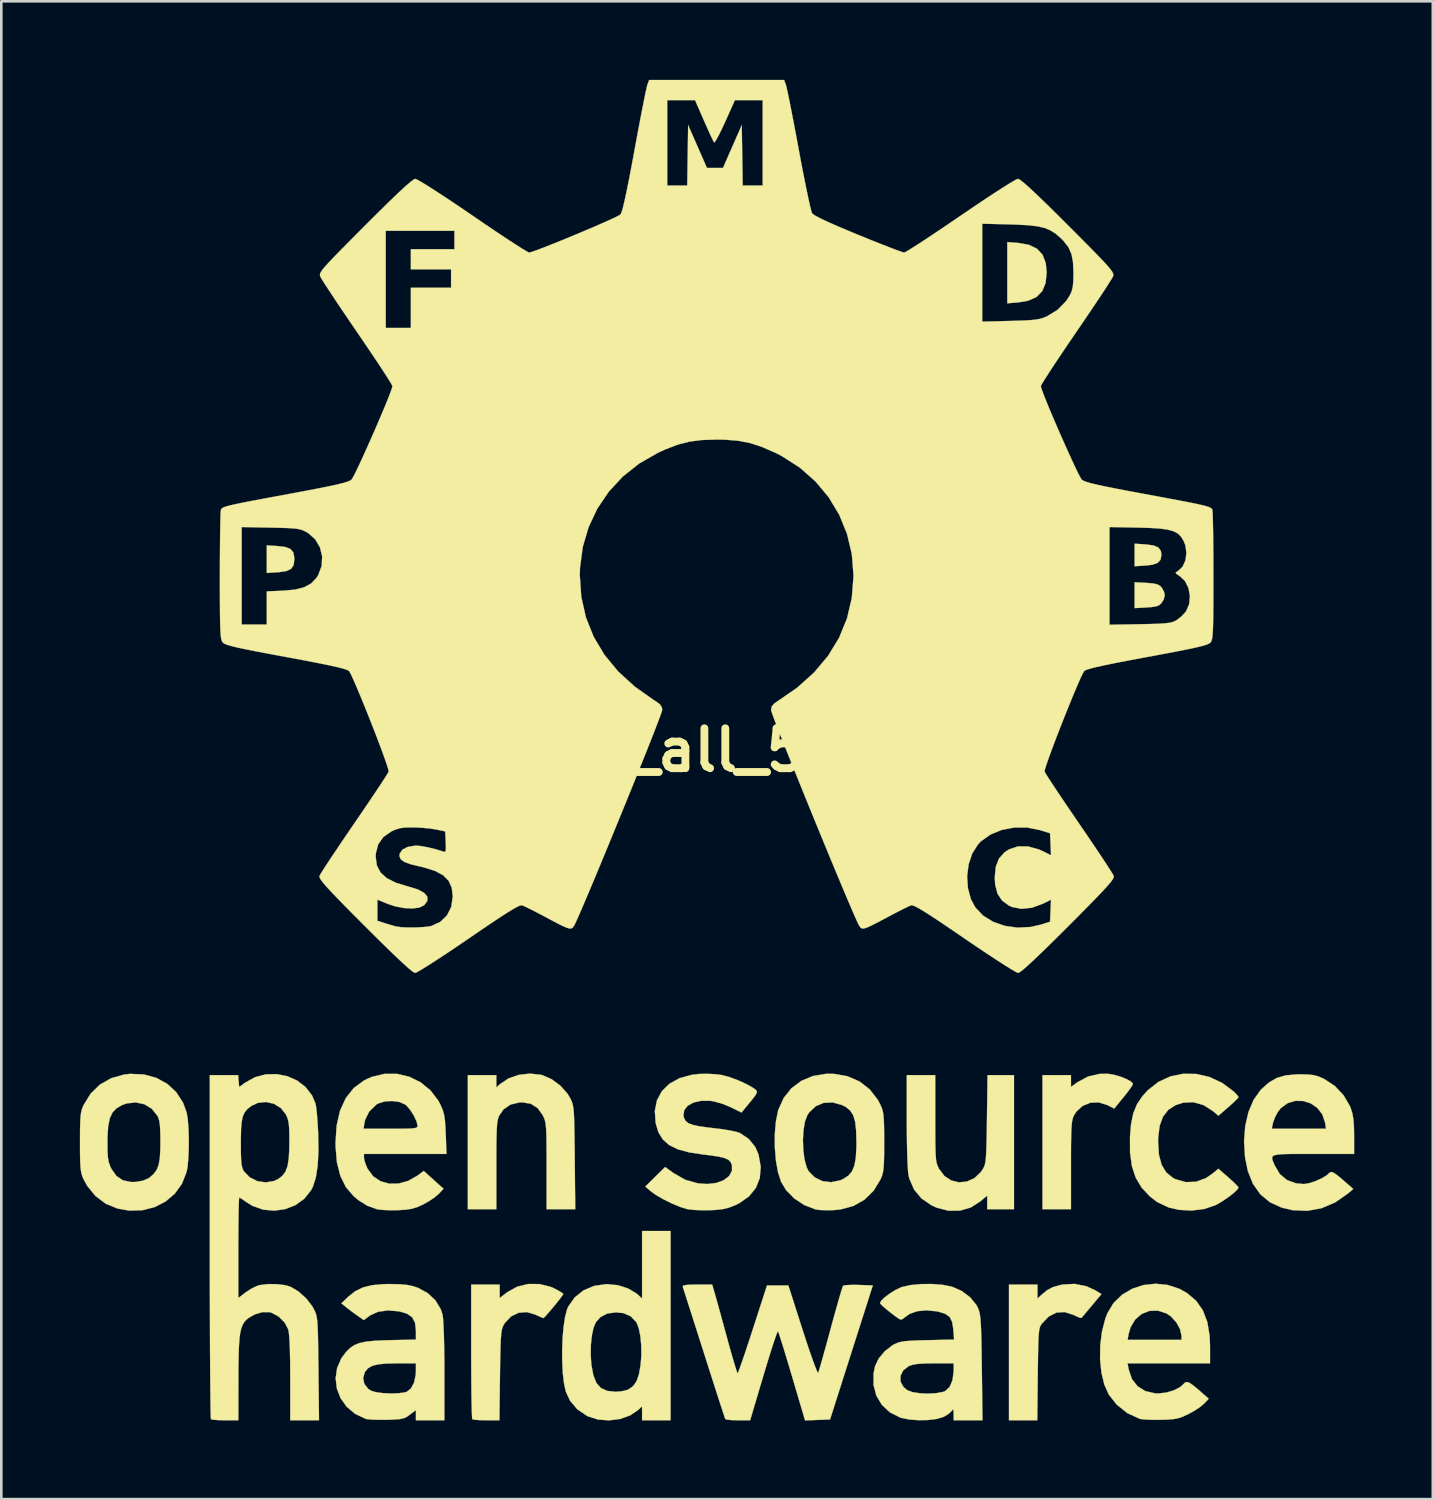
<source format=kicad_pcb>
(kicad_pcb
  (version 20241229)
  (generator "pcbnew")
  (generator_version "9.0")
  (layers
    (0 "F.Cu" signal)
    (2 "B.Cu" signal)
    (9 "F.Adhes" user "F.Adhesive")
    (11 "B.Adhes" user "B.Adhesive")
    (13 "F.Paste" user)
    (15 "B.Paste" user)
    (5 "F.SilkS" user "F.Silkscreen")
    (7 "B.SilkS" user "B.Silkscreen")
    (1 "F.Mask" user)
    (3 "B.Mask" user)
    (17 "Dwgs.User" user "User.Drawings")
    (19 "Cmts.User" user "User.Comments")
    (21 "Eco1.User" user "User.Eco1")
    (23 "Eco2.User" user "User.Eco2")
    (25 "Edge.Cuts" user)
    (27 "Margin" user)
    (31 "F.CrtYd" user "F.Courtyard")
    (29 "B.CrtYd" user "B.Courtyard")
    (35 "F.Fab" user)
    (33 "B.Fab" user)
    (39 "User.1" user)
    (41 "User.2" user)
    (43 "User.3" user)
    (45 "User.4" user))
  (footprint "oshw_all_50mm"
    (layer "F.Cu")
    (at 24.285 25.597)
    (property "Reference" "oshw_all_50mm" (at 0 0 0) (layer "F.SilkS") (effects (font (size 1.524 1.524) (thickness 0.3))))
    (attr through_hole)
    (fp_poly (pts (xy 16.419 -7.857) (xy 16.714 -7.818) (xy 16.901 -7.739) (xy 16.997 -7.607) (xy 17.019 -7.454) (xy 16.985 -7.272) (xy 16.874 -7.151) (xy 16.668 -7.079) (xy 16.419 -7.05) (xy 15.995 -7.023) (xy 15.995 -7.884) (xy 16.419 -7.857)) (stroke (width 0.01) (type solid)) (fill yes) (layer "F.SilkS"))
    (fp_poly (pts (xy -16.73 -7.794) (xy -16.431 -7.756) (xy -16.238 -7.679) (xy -16.132 -7.547) (xy -16.095 -7.345) (xy -16.094 -7.294) (xy -16.12 -7.076) (xy -16.21 -6.931) (xy -16.383 -6.843) (xy -16.659 -6.799) (xy -16.73 -6.793) (xy -17.147 -6.767) (xy -17.147 -7.82) (xy -16.73 -7.794)) (stroke (width 0.01) (type solid)) (fill yes) (layer "F.SilkS"))
    (fp_poly (pts (xy 11.545 -19.37) (xy 11.957 -19.297) (xy 12.267 -19.148) (xy 12.48 -18.918) (xy 12.601 -18.602) (xy 12.636 -18.234) (xy 12.594 -17.835) (xy 12.465 -17.527) (xy 12.244 -17.304) (xy 11.925 -17.162) (xy 11.545 -17.098) (xy 11.132 -17.065) (xy 11.132 -19.403) (xy 11.545 -19.37)) (stroke (width 0.01) (type solid)) (fill yes) (layer "F.SilkS"))
    (fp_poly (pts (xy 16.451 -6.387) (xy 16.704 -6.366) (xy 16.865 -6.331) (xy 16.97 -6.272) (xy 17.026 -6.212) (xy 17.115 -6.054) (xy 17.147 -5.918) (xy 17.107 -5.761) (xy 17.026 -5.624) (xy 16.94 -5.542) (xy 16.821 -5.492) (xy 16.634 -5.463) (xy 16.451 -5.45) (xy 15.995 -5.424) (xy 15.995 -6.412) (xy 16.451 -6.387)) (stroke (width 0.01) (type solid)) (fill yes) (layer "F.SilkS"))
    (fp_poly (pts (xy 15.21 12.397) (xy 15.446 12.466) (xy 15.666 12.552) (xy 15.837 12.643) (xy 15.925 12.726) (xy 15.931 12.747) (xy 15.893 12.823) (xy 15.791 12.971) (xy 15.644 13.164) (xy 15.573 13.251) (xy 15.215 13.688) (xy 14.954 13.555) (xy 14.627 13.452) (xy 14.304 13.464) (xy 14.009 13.584) (xy 13.769 13.803) (xy 13.676 13.952) (xy 13.641 14.033) (xy 13.615 14.134) (xy 13.595 14.272) (xy 13.581 14.463) (xy 13.572 14.723) (xy 13.566 15.068) (xy 13.564 15.515) (xy 13.564 15.851) (xy 13.564 17.53) (xy 12.476 17.53) (xy 12.476 12.412) (xy 13.564 12.412) (xy 13.564 12.861) (xy 13.817 12.678) (xy 14.217 12.464) (xy 14.666 12.362) (xy 14.99 12.36) (xy 15.21 12.397)) (stroke (width 0.01) (type solid)) (fill yes) (layer "F.SilkS"))
    (fp_poly (pts (xy 14.148 20.471) (xy 14.483 20.624) (xy 14.727 20.772) (xy 14.358 21.215) (xy 14.192 21.413) (xy 14.059 21.572) (xy 13.98 21.668) (xy 13.967 21.684) (xy 13.904 21.674) (xy 13.764 21.617) (xy 13.653 21.565) (xy 13.323 21.459) (xy 13.012 21.478) (xy 12.722 21.624) (xy 12.457 21.894) (xy 12.448 21.906) (xy 12.409 21.964) (xy 12.378 22.034) (xy 12.354 22.13) (xy 12.336 22.268) (xy 12.323 22.464) (xy 12.314 22.733) (xy 12.306 23.09) (xy 12.3 23.552) (xy 12.296 23.837) (xy 12.277 25.592) (xy 11.196 25.592) (xy 11.196 20.41) (xy 12.284 20.41) (xy 12.284 20.945) (xy 12.46 20.781) (xy 12.664 20.615) (xy 12.877 20.506) (xy 13.151 20.428) (xy 13.258 20.407) (xy 13.704 20.383) (xy 14.148 20.471)) (stroke (width 0.01) (type solid)) (fill yes) (layer "F.SilkS"))
    (fp_poly (pts (xy 8.381 14.066) (xy 8.382 14.57) (xy 8.384 14.963) (xy 8.389 15.263) (xy 8.398 15.486) (xy 8.413 15.649) (xy 8.435 15.77) (xy 8.465 15.865) (xy 8.505 15.951) (xy 8.527 15.994) (xy 8.732 16.264) (xy 8.993 16.434) (xy 9.287 16.505) (xy 9.588 16.475) (xy 9.873 16.347) (xy 10.118 16.118) (xy 10.201 15.995) (xy 10.241 15.919) (xy 10.273 15.832) (xy 10.297 15.719) (xy 10.315 15.563) (xy 10.328 15.347) (xy 10.338 15.055) (xy 10.346 14.67) (xy 10.354 14.177) (xy 10.355 14.092) (xy 10.377 12.412) (xy 11.388 12.412) (xy 11.388 17.53) (xy 10.365 17.53) (xy 10.365 17.009) (xy 10.109 17.227) (xy 9.741 17.463) (xy 9.329 17.584) (xy 8.892 17.589) (xy 8.447 17.477) (xy 8.243 17.385) (xy 7.856 17.121) (xy 7.572 16.781) (xy 7.392 16.366) (xy 7.363 16.249) (xy 7.343 16.088) (xy 7.325 15.816) (xy 7.311 15.451) (xy 7.301 15.012) (xy 7.295 14.514) (xy 7.294 14.168) (xy 7.294 12.412) (xy 8.381 12.412) (xy 8.381 14.066)) (stroke (width 0.01) (type solid)) (fill yes) (layer "F.SilkS"))
    (fp_poly (pts (xy -6.728 20.389) (xy -6.298 20.498) (xy -6.158 20.561) (xy -5.979 20.658) (xy -5.857 20.734) (xy -5.822 20.767) (xy -5.86 20.83) (xy -5.959 20.961) (xy -6.096 21.134) (xy -6.248 21.319) (xy -6.395 21.492) (xy -6.512 21.623) (xy -6.577 21.687) (xy -6.582 21.689) (xy -6.653 21.664) (xy -6.799 21.599) (xy -6.889 21.556) (xy -7.217 21.46) (xy -7.533 21.486) (xy -7.819 21.626) (xy -8.053 21.872) (xy -8.111 21.967) (xy -8.145 22.043) (xy -8.172 22.145) (xy -8.193 22.288) (xy -8.209 22.487) (xy -8.221 22.758) (xy -8.23 23.118) (xy -8.238 23.581) (xy -8.242 23.88) (xy -8.263 25.592) (xy -8.759 25.592) (xy -9 25.587) (xy -9.189 25.573) (xy -9.291 25.554) (xy -9.298 25.549) (xy -9.308 25.478) (xy -9.316 25.293) (xy -9.324 25.007) (xy -9.331 24.635) (xy -9.336 24.191) (xy -9.339 23.688) (xy -9.341 23.14) (xy -9.341 22.958) (xy -9.341 20.41) (xy -8.253 20.41) (xy -8.253 20.921) (xy -7.964 20.7) (xy -7.591 20.492) (xy -7.169 20.387) (xy -6.728 20.389)) (stroke (width 0.01) (type solid)) (fill yes) (layer "F.SilkS"))
    (fp_poly (pts (xy -6.688 12.396) (xy -6.616 12.414) (xy -6.266 12.568) (xy -5.936 12.813) (xy -5.667 13.115) (xy -5.566 13.281) (xy -5.521 13.372) (xy -5.485 13.459) (xy -5.458 13.558) (xy -5.437 13.683) (xy -5.421 13.85) (xy -5.41 14.076) (xy -5.402 14.374) (xy -5.396 14.762) (xy -5.39 15.253) (xy -5.387 15.563) (xy -5.367 17.53) (xy -6.462 17.53) (xy -6.462 15.881) (xy -6.462 15.376) (xy -6.465 14.983) (xy -6.47 14.683) (xy -6.48 14.459) (xy -6.495 14.295) (xy -6.517 14.172) (xy -6.547 14.074) (xy -6.587 13.984) (xy -6.606 13.945) (xy -6.802 13.67) (xy -7.06 13.505) (xy -7.385 13.45) (xy -7.506 13.455) (xy -7.845 13.536) (xy -8.105 13.717) (xy -8.269 13.952) (xy -8.304 14.033) (xy -8.33 14.134) (xy -8.35 14.272) (xy -8.364 14.463) (xy -8.373 14.723) (xy -8.379 15.068) (xy -8.381 15.515) (xy -8.381 15.851) (xy -8.381 17.53) (xy -9.469 17.53) (xy -9.469 12.412) (xy -8.381 12.412) (xy -8.381 12.882) (xy -8.237 12.751) (xy -7.918 12.538) (xy -7.528 12.402) (xy -7.105 12.352) (xy -6.688 12.396)) (stroke (width 0.01) (type solid)) (fill yes) (layer "F.SilkS"))
    (fp_poly (pts (xy 18.351 12.366) (xy 18.852 12.481) (xy 19.333 12.705) (xy 19.779 13.036) (xy 19.786 13.042) (xy 19.9 13.159) (xy 19.96 13.24) (xy 19.962 13.249) (xy 19.917 13.31) (xy 19.797 13.43) (xy 19.626 13.585) (xy 19.578 13.627) (xy 19.195 13.96) (xy 18.986 13.784) (xy 18.627 13.554) (xy 18.245 13.446) (xy 17.854 13.461) (xy 17.556 13.558) (xy 17.276 13.739) (xy 17.076 14) (xy 16.95 14.348) (xy 16.894 14.794) (xy 16.891 14.971) (xy 16.923 15.453) (xy 17.025 15.834) (xy 17.199 16.123) (xy 17.451 16.331) (xy 17.556 16.385) (xy 17.945 16.496) (xy 18.336 16.483) (xy 18.713 16.346) (xy 18.985 16.16) (xy 19.192 15.985) (xy 19.577 16.319) (xy 19.757 16.482) (xy 19.892 16.615) (xy 19.959 16.694) (xy 19.962 16.703) (xy 19.911 16.786) (xy 19.777 16.912) (xy 19.589 17.06) (xy 19.373 17.209) (xy 19.157 17.338) (xy 19.068 17.383) (xy 18.647 17.524) (xy 18.171 17.582) (xy 17.683 17.555) (xy 17.297 17.466) (xy 16.861 17.26) (xy 16.574 17.041) (xy 16.262 16.705) (xy 16.036 16.326) (xy 15.891 15.888) (xy 15.82 15.372) (xy 15.817 14.775) (xy 15.859 14.273) (xy 15.945 13.866) (xy 16.084 13.524) (xy 16.289 13.218) (xy 16.501 12.985) (xy 16.906 12.667) (xy 17.361 12.458) (xy 17.849 12.358) (xy 18.351 12.366)) (stroke (width 0.01) (type solid)) (fill yes) (layer "F.SilkS"))
    (fp_poly (pts (xy -1.727 25.592) (xy -2.815 25.592) (xy -2.815 25.058) (xy -2.959 25.193) (xy -3.273 25.406) (xy -3.657 25.542) (xy -4.077 25.595) (xy -4.498 25.563) (xy -4.886 25.44) (xy -4.914 25.426) (xy -5.287 25.174) (xy -5.567 24.842) (xy -5.723 24.506) (xy -5.793 24.203) (xy -5.84 23.817) (xy -5.864 23.378) (xy -5.866 23.111) (xy -4.777 23.111) (xy -4.749 23.484) (xy -4.673 23.884) (xy -4.555 24.173) (xy -4.382 24.364) (xy -4.142 24.47) (xy -3.825 24.503) (xy -3.82 24.503) (xy -3.593 24.484) (xy -3.389 24.435) (xy -3.333 24.412) (xy -3.155 24.284) (xy -3.026 24.1) (xy -2.935 23.834) (xy -2.872 23.481) (xy -2.842 23.114) (xy -2.847 22.734) (xy -2.881 22.376) (xy -2.942 22.073) (xy -3.027 21.859) (xy -3.034 21.847) (xy -3.245 21.623) (xy -3.522 21.5) (xy -3.807 21.47) (xy -4.149 21.515) (xy -4.412 21.657) (xy -4.58 21.848) (xy -4.669 22.059) (xy -4.734 22.362) (xy -4.771 22.724) (xy -4.777 23.111) (xy -5.866 23.111) (xy -5.867 22.912) (xy -5.85 22.449) (xy -5.812 22.016) (xy -5.755 21.641) (xy -5.679 21.353) (xy -5.639 21.258) (xy -5.387 20.899) (xy -5.051 20.63) (xy -4.643 20.458) (xy -4.178 20.392) (xy -4.159 20.391) (xy -3.741 20.433) (xy -3.349 20.558) (xy -3.023 20.753) (xy -2.96 20.808) (xy -2.815 20.944) (xy -2.815 18.362) (xy -1.727 18.362) (xy -1.727 25.592)) (stroke (width 0.01) (type solid)) (fill yes) (layer "F.SilkS"))
    (fp_poly (pts (xy 17.259 20.425) (xy 17.711 20.574) (xy 17.99 20.729) (xy 18.34 21.024) (xy 18.599 21.39) (xy 18.77 21.835) (xy 18.859 22.368) (xy 18.874 22.746) (xy 18.874 23.417) (xy 15.725 23.417) (xy 15.769 23.657) (xy 15.893 24.018) (xy 16.109 24.295) (xy 16.408 24.479) (xy 16.78 24.563) (xy 16.904 24.567) (xy 17.206 24.533) (xy 17.498 24.446) (xy 17.737 24.321) (xy 17.842 24.227) (xy 17.913 24.155) (xy 17.986 24.129) (xy 18.081 24.157) (xy 18.219 24.249) (xy 18.418 24.413) (xy 18.592 24.565) (xy 18.825 24.769) (xy 18.642 24.96) (xy 18.489 25.088) (xy 18.268 25.233) (xy 18.045 25.356) (xy 17.836 25.452) (xy 17.657 25.514) (xy 17.466 25.549) (xy 17.22 25.567) (xy 16.988 25.573) (xy 16.697 25.574) (xy 16.438 25.565) (xy 16.25 25.548) (xy 16.187 25.535) (xy 15.716 25.317) (xy 15.312 24.995) (xy 15.01 24.612) (xy 14.84 24.238) (xy 14.728 23.78) (xy 14.675 23.268) (xy 14.681 22.733) (xy 14.708 22.521) (xy 15.725 22.521) (xy 17.786 22.521) (xy 17.786 22.375) (xy 17.732 22.116) (xy 17.587 21.852) (xy 17.381 21.625) (xy 17.211 21.51) (xy 16.88 21.404) (xy 16.558 21.414) (xy 16.264 21.53) (xy 16.018 21.741) (xy 15.841 22.036) (xy 15.769 22.281) (xy 15.725 22.521) (xy 14.708 22.521) (xy 14.748 22.204) (xy 14.875 21.712) (xy 14.958 21.497) (xy 15.193 21.109) (xy 15.514 20.798) (xy 15.901 20.569) (xy 16.334 20.427) (xy 16.794 20.377) (xy 17.259 20.425)) (stroke (width 0.01) (type solid)) (fill yes) (layer "F.SilkS"))
    (fp_poly (pts (xy 4.514 12.362) (xy 5.033 12.454) (xy 5.492 12.654) (xy 5.88 12.956) (xy 6.187 13.353) (xy 6.293 13.556) (xy 6.343 13.676) (xy 6.38 13.8) (xy 6.404 13.951) (xy 6.419 14.153) (xy 6.427 14.428) (xy 6.43 14.799) (xy 6.43 14.971) (xy 6.429 15.385) (xy 6.423 15.694) (xy 6.411 15.921) (xy 6.39 16.089) (xy 6.359 16.221) (xy 6.314 16.34) (xy 6.293 16.387) (xy 6.026 16.826) (xy 5.678 17.167) (xy 5.255 17.406) (xy 4.762 17.54) (xy 4.498 17.566) (xy 4.23 17.571) (xy 3.987 17.562) (xy 3.819 17.542) (xy 3.807 17.539) (xy 3.38 17.373) (xy 2.997 17.12) (xy 2.687 16.805) (xy 2.493 16.484) (xy 2.377 16.125) (xy 2.297 15.679) (xy 2.255 15.186) (xy 2.254 14.877) (xy 3.328 14.877) (xy 3.341 15.261) (xy 3.387 15.62) (xy 3.465 15.917) (xy 3.54 16.072) (xy 3.774 16.314) (xy 4.07 16.458) (xy 4.403 16.499) (xy 4.746 16.43) (xy 4.87 16.375) (xy 5.061 16.25) (xy 5.2 16.087) (xy 5.293 15.865) (xy 5.347 15.565) (xy 5.37 15.167) (xy 5.371 14.971) (xy 5.36 14.529) (xy 5.322 14.193) (xy 5.248 13.944) (xy 5.132 13.762) (xy 4.966 13.627) (xy 4.823 13.554) (xy 4.461 13.453) (xy 4.119 13.469) (xy 3.815 13.598) (xy 3.566 13.834) (xy 3.497 13.939) (xy 3.406 14.179) (xy 3.35 14.504) (xy 3.328 14.877) (xy 2.254 14.877) (xy 2.253 14.681) (xy 2.292 14.204) (xy 2.373 13.79) (xy 2.39 13.733) (xy 2.593 13.283) (xy 2.888 12.912) (xy 3.266 12.63) (xy 3.712 12.443) (xy 4.214 12.36) (xy 4.514 12.362)) (stroke (width 0.01) (type solid)) (fill yes) (layer "F.SilkS"))
    (fp_poly (pts (xy -12.172 12.362) (xy -11.703 12.473) (xy -11.271 12.686) (xy -10.896 12.993) (xy -10.596 13.386) (xy -10.503 13.564) (xy -10.428 13.743) (xy -10.377 13.922) (xy -10.344 14.136) (xy -10.323 14.419) (xy -10.312 14.667) (xy -10.285 15.419) (xy -13.436 15.419) (xy -13.436 15.566) (xy -13.407 15.709) (xy -13.335 15.903) (xy -13.292 15.995) (xy -13.084 16.275) (xy -12.805 16.462) (xy -12.476 16.555) (xy -12.115 16.551) (xy -11.744 16.448) (xy -11.383 16.243) (xy -11.355 16.222) (xy -11.154 16.069) (xy -10.397 16.75) (xy -10.588 16.952) (xy -10.749 17.087) (xy -10.974 17.237) (xy -11.178 17.35) (xy -11.411 17.454) (xy -11.623 17.518) (xy -11.867 17.552) (xy -12.138 17.568) (xy -12.428 17.571) (xy -12.699 17.56) (xy -12.903 17.537) (xy -12.942 17.529) (xy -13.307 17.399) (xy -13.639 17.193) (xy -13.828 17.035) (xy -14.123 16.691) (xy -14.336 16.264) (xy -14.468 15.747) (xy -14.521 15.134) (xy -14.523 14.993) (xy -14.487 14.459) (xy -13.453 14.459) (xy -12.42 14.459) (xy -12.035 14.458) (xy -11.759 14.454) (xy -11.574 14.444) (xy -11.463 14.427) (xy -11.408 14.4) (xy -11.389 14.362) (xy -11.388 14.345) (xy -11.428 14.174) (xy -11.53 13.957) (xy -11.667 13.741) (xy -11.813 13.572) (xy -11.857 13.535) (xy -12.079 13.437) (xy -12.361 13.398) (xy -12.651 13.417) (xy -12.897 13.495) (xy -12.963 13.536) (xy -13.235 13.8) (xy -13.387 14.104) (xy -13.414 14.221) (xy -13.453 14.459) (xy -14.487 14.459) (xy -14.478 14.33) (xy -14.347 13.759) (xy -14.128 13.283) (xy -13.822 12.9) (xy -13.429 12.611) (xy -13.143 12.479) (xy -12.658 12.362) (xy -12.172 12.362)) (stroke (width 0.01) (type solid)) (fill yes) (layer "F.SilkS"))
    (fp_poly (pts (xy -21.841 12.385) (xy -21.363 12.515) (xy -20.946 12.745) (xy -20.601 13.065) (xy -20.343 13.466) (xy -20.208 13.838) (xy -20.165 14.089) (xy -20.138 14.43) (xy -20.125 14.822) (xy -20.127 15.229) (xy -20.144 15.611) (xy -20.175 15.931) (xy -20.208 16.105) (xy -20.385 16.555) (xy -20.658 16.935) (xy -21.012 17.237) (xy -21.43 17.451) (xy -21.897 17.57) (xy -22.397 17.585) (xy -22.844 17.507) (xy -23.297 17.321) (xy -23.689 17.027) (xy -24.005 16.64) (xy -24.146 16.382) (xy -24.195 16.263) (xy -24.231 16.139) (xy -24.255 15.986) (xy -24.27 15.781) (xy -24.278 15.502) (xy -24.28 15.126) (xy -24.28 14.979) (xy -23.232 14.979) (xy -23.229 15.309) (xy -23.215 15.545) (xy -23.186 15.721) (xy -23.136 15.869) (xy -23.085 15.981) (xy -22.891 16.26) (xy -22.642 16.428) (xy -22.324 16.493) (xy -22.15 16.489) (xy -21.871 16.44) (xy -21.657 16.347) (xy -21.639 16.335) (xy -21.471 16.191) (xy -21.353 16.032) (xy -21.275 15.834) (xy -21.231 15.572) (xy -21.212 15.221) (xy -21.209 14.971) (xy -21.213 14.608) (xy -21.226 14.346) (xy -21.252 14.161) (xy -21.292 14.027) (xy -21.32 13.969) (xy -21.536 13.697) (xy -21.819 13.523) (xy -22.149 13.452) (xy -22.5 13.492) (xy -22.674 13.554) (xy -22.884 13.675) (xy -23.037 13.835) (xy -23.141 14.055) (xy -23.203 14.354) (xy -23.23 14.75) (xy -23.232 14.979) (xy -24.28 14.979) (xy -24.28 14.971) (xy -24.279 14.557) (xy -24.273 14.248) (xy -24.261 14.021) (xy -24.241 13.853) (xy -24.209 13.721) (xy -24.165 13.603) (xy -24.144 13.556) (xy -23.875 13.119) (xy -23.522 12.774) (xy -23.093 12.529) (xy -22.599 12.389) (xy -22.364 12.362) (xy -21.841 12.385)) (stroke (width 0.01) (type solid)) (fill yes) (layer "F.SilkS"))
    (fp_poly (pts (xy 22.597 12.386) (xy 22.815 12.407) (xy 22.996 12.454) (xy 23.188 12.535) (xy 23.238 12.56) (xy 23.638 12.823) (xy 23.973 13.177) (xy 24.215 13.591) (xy 24.246 13.669) (xy 24.311 13.876) (xy 24.351 14.104) (xy 24.371 14.389) (xy 24.376 14.718) (xy 24.376 15.419) (xy 22.809 15.419) (xy 22.306 15.419) (xy 21.917 15.421) (xy 21.631 15.429) (xy 21.434 15.447) (xy 21.312 15.478) (xy 21.254 15.527) (xy 21.245 15.597) (xy 21.273 15.693) (xy 21.326 15.817) (xy 21.341 15.853) (xy 21.539 16.187) (xy 21.812 16.417) (xy 22.16 16.543) (xy 22.457 16.57) (xy 22.66 16.538) (xy 22.907 16.457) (xy 23.151 16.346) (xy 23.343 16.227) (xy 23.408 16.166) (xy 23.463 16.117) (xy 23.53 16.111) (xy 23.629 16.159) (xy 23.778 16.269) (xy 23.995 16.453) (xy 24.088 16.534) (xy 24.344 16.757) (xy 24.152 16.922) (xy 23.663 17.266) (xy 23.14 17.49) (xy 22.593 17.592) (xy 22.032 17.569) (xy 21.608 17.47) (xy 21.16 17.264) (xy 20.796 16.962) (xy 20.514 16.563) (xy 20.316 16.067) (xy 20.21 15.54) (xy 20.173 14.932) (xy 20.211 14.459) (xy 21.231 14.459) (xy 23.305 14.459) (xy 23.267 14.221) (xy 23.16 13.906) (xy 22.969 13.66) (xy 22.718 13.489) (xy 22.431 13.398) (xy 22.131 13.393) (xy 21.842 13.478) (xy 21.589 13.659) (xy 21.465 13.814) (xy 21.358 14.015) (xy 21.282 14.218) (xy 21.274 14.252) (xy 21.231 14.459) (xy 20.211 14.459) (xy 20.219 14.352) (xy 20.342 13.82) (xy 20.538 13.358) (xy 20.801 12.985) (xy 20.831 12.953) (xy 21.126 12.691) (xy 21.426 12.517) (xy 21.768 12.419) (xy 22.186 12.382) (xy 22.297 12.38) (xy 22.597 12.386)) (stroke (width 0.01) (type solid)) (fill yes) (layer "F.SilkS"))
    (fp_poly (pts (xy -12.054 20.398) (xy -11.782 20.423) (xy -11.557 20.472) (xy -11.374 20.533) (xy -11.004 20.734) (xy -10.706 21.014) (xy -10.502 21.352) (xy -10.433 21.568) (xy -10.414 21.724) (xy -10.397 21.991) (xy -10.383 22.352) (xy -10.373 22.79) (xy -10.366 23.287) (xy -10.365 23.74) (xy -10.365 25.592) (xy -11.452 25.592) (xy -11.452 25.202) (xy -11.686 25.379) (xy -11.803 25.462) (xy -11.918 25.515) (xy -12.062 25.546) (xy -12.27 25.563) (xy -12.565 25.573) (xy -12.858 25.574) (xy -13.118 25.566) (xy -13.307 25.549) (xy -13.372 25.536) (xy -13.773 25.346) (xy -14.093 25.078) (xy -14.328 24.749) (xy -14.471 24.379) (xy -14.517 23.988) (xy -14.516 23.975) (xy -13.468 23.975) (xy -13.423 24.2) (xy -13.277 24.389) (xy -13.161 24.464) (xy -12.975 24.519) (xy -12.708 24.554) (xy -12.406 24.568) (xy -12.114 24.559) (xy -11.877 24.526) (xy -11.805 24.505) (xy -11.644 24.379) (xy -11.525 24.157) (xy -11.46 23.864) (xy -11.452 23.707) (xy -11.452 23.417) (xy -12.168 23.417) (xy -12.586 23.426) (xy -12.898 23.456) (xy -13.123 23.514) (xy -13.28 23.604) (xy -13.39 23.732) (xy -13.4 23.748) (xy -13.468 23.975) (xy -14.516 23.975) (xy -14.461 23.595) (xy -14.296 23.219) (xy -14.116 22.979) (xy -13.964 22.83) (xy -13.8 22.719) (xy -13.604 22.64) (xy -13.352 22.587) (xy -13.023 22.554) (xy -12.594 22.536) (xy -12.46 22.532) (xy -11.452 22.51) (xy -11.452 22.167) (xy -11.486 21.866) (xy -11.597 21.655) (xy -11.8 21.515) (xy -12.092 21.432) (xy -12.522 21.395) (xy -12.902 21.449) (xy -13.21 21.591) (xy -13.232 21.607) (xy -13.443 21.765) (xy -13.679 21.6) (xy -13.879 21.455) (xy -14.074 21.307) (xy -14.108 21.28) (xy -14.299 21.125) (xy -14.032 20.87) (xy -13.771 20.663) (xy -13.477 20.519) (xy -13.124 20.432) (xy -12.689 20.392) (xy -12.412 20.389) (xy -12.054 20.398)) (stroke (width 0.01) (type solid)) (fill yes) (layer "F.SilkS"))
    (fp_poly (pts (xy -0.016 12.375) (xy 0.222 12.405) (xy 0.506 12.48) (xy 0.828 12.598) (xy 1.142 12.738) (xy 1.401 12.882) (xy 1.497 12.95) (xy 1.55 12.996) (xy 1.572 13.044) (xy 1.554 13.111) (xy 1.486 13.218) (xy 1.357 13.383) (xy 1.157 13.626) (xy 1.135 13.653) (xy 0.982 13.839) (xy 0.566 13.634) (xy 0.242 13.501) (xy -0.081 13.412) (xy -0.213 13.391) (xy -0.558 13.391) (xy -0.85 13.457) (xy -1.071 13.579) (xy -1.205 13.747) (xy -1.236 13.95) (xy -1.21 14.056) (xy -1.149 14.164) (xy -1.041 14.248) (xy -0.87 14.314) (xy -0.616 14.367) (xy -0.26 14.415) (xy -0.081 14.435) (xy 0.244 14.475) (xy 0.542 14.524) (xy 0.78 14.575) (xy 0.917 14.619) (xy 1.254 14.844) (xy 1.506 15.152) (xy 1.631 15.438) (xy 1.716 15.909) (xy 1.681 16.338) (xy 1.53 16.718) (xy 1.266 17.043) (xy 0.892 17.304) (xy 0.758 17.37) (xy 0.514 17.467) (xy 0.281 17.526) (xy 0.007 17.558) (xy -0.221 17.569) (xy -0.521 17.571) (xy -0.81 17.56) (xy -1.036 17.537) (xy -1.084 17.529) (xy -1.349 17.448) (xy -1.669 17.316) (xy -1.998 17.154) (xy -2.29 16.985) (xy -2.481 16.847) (xy -2.691 16.667) (xy -2.314 16.293) (xy -1.936 15.919) (xy -1.607 16.156) (xy -1.159 16.41) (xy -0.684 16.543) (xy -0.326 16.568) (xy 0.021 16.528) (xy 0.304 16.423) (xy 0.508 16.265) (xy 0.617 16.067) (xy 0.617 15.848) (xy 0.57 15.733) (xy 0.483 15.645) (xy 0.337 15.578) (xy 0.113 15.523) (xy -0.208 15.474) (xy -0.473 15.443) (xy -1.019 15.361) (xy -1.452 15.242) (xy -1.784 15.079) (xy -2.027 14.863) (xy -2.194 14.587) (xy -2.296 14.242) (xy -2.297 14.234) (xy -2.328 13.777) (xy -2.246 13.37) (xy -2.057 13.02) (xy -1.767 12.737) (xy -1.385 12.527) (xy -0.917 12.398) (xy -0.64 12.366) (xy -0.335 12.36) (xy -0.016 12.375)) (stroke (width 0.01) (type solid)) (fill yes) (layer "F.SilkS"))
    (fp_poly (pts (xy -0.043 20.733) (xy 0.002 20.891) (xy 0.074 21.149) (xy 0.166 21.483) (xy 0.273 21.871) (xy 0.387 22.288) (xy 0.425 22.428) (xy 0.534 22.825) (xy 0.634 23.177) (xy 0.72 23.467) (xy 0.785 23.676) (xy 0.825 23.787) (xy 0.834 23.801) (xy 0.862 23.742) (xy 0.923 23.577) (xy 1.013 23.322) (xy 1.126 22.991) (xy 1.256 22.6) (xy 1.398 22.166) (xy 1.412 22.121) (xy 1.955 20.442) (xy 2.771 20.442) (xy 3.319 22.152) (xy 3.461 22.59) (xy 3.593 22.981) (xy 3.709 23.311) (xy 3.803 23.564) (xy 3.871 23.728) (xy 3.907 23.786) (xy 3.91 23.784) (xy 3.937 23.703) (xy 3.993 23.515) (xy 4.072 23.239) (xy 4.169 22.891) (xy 4.28 22.489) (xy 4.384 22.105) (xy 4.502 21.672) (xy 4.612 21.279) (xy 4.707 20.944) (xy 4.784 20.683) (xy 4.837 20.514) (xy 4.861 20.455) (xy 4.942 20.434) (xy 5.117 20.422) (xy 5.356 20.42) (xy 5.451 20.423) (xy 5.996 20.442) (xy 4.363 25.56) (xy 3.886 25.578) (xy 3.409 25.597) (xy 2.912 23.915) (xy 2.78 23.472) (xy 2.659 23.07) (xy 2.552 22.724) (xy 2.466 22.451) (xy 2.406 22.268) (xy 2.376 22.19) (xy 2.375 22.189) (xy 2.347 22.236) (xy 2.289 22.391) (xy 2.205 22.638) (xy 2.1 22.964) (xy 1.979 23.353) (xy 1.847 23.789) (xy 1.823 23.868) (xy 1.312 25.591) (xy 0.852 25.591) (xy 0.622 25.586) (xy 0.449 25.569) (xy 0.365 25.546) (xy 0.363 25.544) (xy 0.338 25.474) (xy 0.279 25.296) (xy 0.189 25.022) (xy 0.074 24.666) (xy -0.063 24.24) (xy -0.218 23.758) (xy -0.385 23.234) (xy -0.449 23.033) (xy -0.621 22.494) (xy -0.781 21.993) (xy -0.925 21.541) (xy -1.049 21.153) (xy -1.149 20.842) (xy -1.22 20.621) (xy -1.258 20.504) (xy -1.263 20.49) (xy -1.245 20.45) (xy -1.144 20.425) (xy -0.944 20.412) (xy -0.715 20.41) (xy -0.138 20.41) (xy -0.043 20.733)) (stroke (width 0.01) (type solid)) (fill yes) (layer "F.SilkS"))
    (fp_poly (pts (xy 8.673 20.42) (xy 9.016 20.489) (xy 9.023 20.491) (xy 9.391 20.653) (xy 9.711 20.894) (xy 9.949 21.185) (xy 10.019 21.32) (xy 10.052 21.41) (xy 10.079 21.518) (xy 10.101 21.659) (xy 10.117 21.847) (xy 10.13 22.098) (xy 10.141 22.427) (xy 10.149 22.848) (xy 10.157 23.377) (xy 10.16 23.593) (xy 10.184 25.592) (xy 9.085 25.592) (xy 9.083 25.352) (xy 9.077 25.206) (xy 9.055 25.173) (xy 9.013 25.23) (xy 8.914 25.328) (xy 8.748 25.435) (xy 8.679 25.469) (xy 8.427 25.542) (xy 8.097 25.582) (xy 7.732 25.588) (xy 7.377 25.56) (xy 7.077 25.498) (xy 7.04 25.486) (xy 6.647 25.287) (xy 6.342 25.003) (xy 6.131 24.65) (xy 6.024 24.244) (xy 6.026 23.895) (xy 7.054 23.895) (xy 7.057 24.116) (xy 7.167 24.321) (xy 7.311 24.442) (xy 7.509 24.515) (xy 7.787 24.559) (xy 8.102 24.574) (xy 8.409 24.558) (xy 8.664 24.511) (xy 8.765 24.472) (xy 8.932 24.316) (xy 9.04 24.056) (xy 9.084 23.708) (xy 9.085 23.657) (xy 9.085 23.417) (xy 8.333 23.417) (xy 7.973 23.421) (xy 7.712 23.438) (xy 7.525 23.468) (xy 7.383 23.517) (xy 7.358 23.529) (xy 7.155 23.689) (xy 7.054 23.895) (xy 6.026 23.895) (xy 6.026 23.799) (xy 6.082 23.527) (xy 6.218 23.237) (xy 6.448 22.96) (xy 6.737 22.734) (xy 6.808 22.694) (xy 6.922 22.64) (xy 7.048 22.601) (xy 7.208 22.573) (xy 7.426 22.555) (xy 7.727 22.541) (xy 8.085 22.532) (xy 9.1 22.509) (xy 9.072 22.129) (xy 9.028 21.839) (xy 8.93 21.644) (xy 8.754 21.52) (xy 8.477 21.438) (xy 8.445 21.432) (xy 8.049 21.392) (xy 7.691 21.426) (xy 7.401 21.529) (xy 7.298 21.6) (xy 7.168 21.7) (xy 7.08 21.751) (xy 7.072 21.753) (xy 6.997 21.716) (xy 6.858 21.62) (xy 6.687 21.49) (xy 6.514 21.351) (xy 6.368 21.225) (xy 6.282 21.138) (xy 6.27 21.117) (xy 6.322 21.02) (xy 6.459 20.89) (xy 6.649 20.747) (xy 6.861 20.616) (xy 7.066 20.518) (xy 7.109 20.502) (xy 7.434 20.429) (xy 7.835 20.39) (xy 8.263 20.387) (xy 8.673 20.42)) (stroke (width 0.01) (type solid)) (fill yes) (layer "F.SilkS"))
    (fp_poly (pts (xy -16.363 12.452) (xy -15.988 12.618) (xy -15.666 12.865) (xy -15.419 13.186) (xy -15.288 13.493) (xy -15.261 13.64) (xy -15.233 13.885) (xy -15.208 14.197) (xy -15.188 14.544) (xy -15.183 14.651) (xy -15.174 15.319) (xy -15.204 15.872) (xy -15.273 16.319) (xy -15.384 16.667) (xy -15.451 16.8) (xy -15.714 17.131) (xy -16.053 17.375) (xy -16.442 17.528) (xy -16.861 17.587) (xy -17.285 17.548) (xy -17.691 17.405) (xy -17.954 17.241) (xy -18.092 17.142) (xy -18.185 17.087) (xy -18.198 17.083) (xy -18.207 17.144) (xy -18.215 17.318) (xy -18.222 17.588) (xy -18.228 17.939) (xy -18.232 18.356) (xy -18.234 18.823) (xy -18.234 19.002) (xy -18.234 20.921) (xy -17.945 20.7) (xy -17.735 20.564) (xy -17.52 20.461) (xy -17.417 20.429) (xy -17.096 20.39) (xy -16.75 20.393) (xy -16.433 20.434) (xy -16.242 20.491) (xy -15.936 20.672) (xy -15.644 20.935) (xy -15.408 21.24) (xy -15.343 21.357) (xy -15.301 21.446) (xy -15.268 21.535) (xy -15.242 21.64) (xy -15.222 21.776) (xy -15.208 21.959) (xy -15.197 22.204) (xy -15.189 22.526) (xy -15.182 22.941) (xy -15.176 23.464) (xy -15.174 23.625) (xy -15.153 25.592) (xy -16.251 25.592) (xy -16.251 23.984) (xy -16.254 23.381) (xy -16.264 22.887) (xy -16.281 22.507) (xy -16.304 22.245) (xy -16.326 22.125) (xy -16.464 21.859) (xy -16.688 21.634) (xy -16.956 21.487) (xy -17.057 21.46) (xy -17.323 21.463) (xy -17.61 21.549) (xy -17.865 21.697) (xy -17.995 21.826) (xy -18.063 21.935) (xy -18.117 22.068) (xy -18.159 22.241) (xy -18.189 22.468) (xy -18.21 22.766) (xy -18.223 23.149) (xy -18.23 23.634) (xy -18.231 24.072) (xy -18.234 25.592) (xy -18.735 25.592) (xy -18.978 25.587) (xy -19.168 25.573) (xy -19.271 25.554) (xy -19.279 25.549) (xy -19.285 25.481) (xy -19.291 25.293) (xy -19.296 24.994) (xy -19.301 24.593) (xy -19.306 24.098) (xy -19.31 23.518) (xy -19.314 22.861) (xy -19.317 22.135) (xy -19.319 21.351) (xy -19.321 20.515) (xy -19.322 19.637) (xy -19.322 18.959) (xy -19.322 15.006) (xy -18.138 15.006) (xy -18.136 15.378) (xy -18.127 15.646) (xy -18.109 15.833) (xy -18.08 15.963) (xy -18.037 16.058) (xy -18.023 16.081) (xy -17.799 16.313) (xy -17.51 16.458) (xy -17.19 16.507) (xy -16.872 16.454) (xy -16.711 16.377) (xy -16.55 16.254) (xy -16.433 16.096) (xy -16.354 15.884) (xy -16.308 15.596) (xy -16.287 15.212) (xy -16.284 14.971) (xy -16.286 14.62) (xy -16.297 14.367) (xy -16.32 14.185) (xy -16.358 14.044) (xy -16.415 13.916) (xy -16.415 13.916) (xy -16.61 13.667) (xy -16.875 13.504) (xy -17.178 13.436) (xy -17.488 13.47) (xy -17.729 13.582) (xy -17.878 13.696) (xy -17.987 13.822) (xy -18.061 13.98) (xy -18.106 14.194) (xy -18.13 14.486) (xy -18.138 14.877) (xy -18.138 15.006) (xy -19.322 15.006) (xy -19.322 12.412) (xy -18.242 12.412) (xy -18.202 12.866) (xy -17.984 12.705) (xy -17.602 12.492) (xy -17.19 12.382) (xy -16.77 12.371) (xy -16.363 12.452)) (stroke (width 0.01) (type solid)) (fill yes) (layer "F.SilkS"))
    (fp_poly (pts (xy 2.675 -25.416) (xy 2.702 -25.314) (xy 2.749 -25.101) (xy 2.812 -24.794) (xy 2.889 -24.406) (xy 2.976 -23.954) (xy 3.071 -23.454) (xy 3.167 -22.937) (xy 3.266 -22.405) (xy 3.362 -21.91) (xy 3.452 -21.465) (xy 3.531 -21.087) (xy 3.597 -20.79) (xy 3.648 -20.588) (xy 3.678 -20.499) (xy 3.773 -20.426) (xy 3.988 -20.31) (xy 4.323 -20.153) (xy 4.779 -19.954) (xy 5.356 -19.713) (xy 5.427 -19.683) (xy 5.863 -19.506) (xy 6.263 -19.346) (xy 6.613 -19.209) (xy 6.894 -19.102) (xy 7.092 -19.031) (xy 7.19 -19.002) (xy 7.194 -19.002) (xy 7.269 -19.037) (xy 7.436 -19.138) (xy 7.685 -19.295) (xy 8.003 -19.502) (xy 8.377 -19.751) (xy 8.797 -20.033) (xy 9.249 -20.341) (xy 9.35 -20.41) (xy 9.813 -20.725) (xy 10.245 -21.015) (xy 10.636 -21.273) (xy 10.972 -21.489) (xy 11.241 -21.657) (xy 11.432 -21.768) (xy 11.532 -21.816) (xy 11.54 -21.817) (xy 11.615 -21.781) (xy 11.757 -21.672) (xy 11.968 -21.486) (xy 12.254 -21.219) (xy 12.617 -20.869) (xy 13.061 -20.431) (xy 13.456 -20.037) (xy 13.904 -19.587) (xy 14.269 -19.219) (xy 14.559 -18.923) (xy 14.783 -18.69) (xy 14.948 -18.51) (xy 15.062 -18.376) (xy 15.134 -18.277) (xy 15.171 -18.205) (xy 15.182 -18.15) (xy 15.174 -18.103) (xy 15.169 -18.09) (xy 15.119 -18.001) (xy 15.005 -17.819) (xy 14.836 -17.557) (xy 14.619 -17.229) (xy 14.363 -16.848) (xy 14.077 -16.425) (xy 13.769 -15.974) (xy 13.759 -15.959) (xy 13.454 -15.511) (xy 13.173 -15.095) (xy 12.924 -14.721) (xy 12.716 -14.403) (xy 12.556 -14.152) (xy 12.452 -13.982) (xy 12.412 -13.903) (xy 12.412 -13.901) (xy 12.438 -13.803) (xy 12.509 -13.606) (xy 12.618 -13.331) (xy 12.756 -12.996) (xy 12.916 -12.619) (xy 13.089 -12.218) (xy 13.267 -11.813) (xy 13.441 -11.422) (xy 13.605 -11.064) (xy 13.749 -10.757) (xy 13.866 -10.519) (xy 13.947 -10.37) (xy 13.976 -10.33) (xy 14.038 -10.289) (xy 14.147 -10.246) (xy 14.314 -10.196) (xy 14.551 -10.139) (xy 14.87 -10.07) (xy 15.282 -9.988) (xy 15.799 -9.889) (xy 16.287 -9.798) (xy 16.93 -9.679) (xy 17.46 -9.58) (xy 17.886 -9.499) (xy 18.221 -9.433) (xy 18.475 -9.379) (xy 18.662 -9.335) (xy 18.791 -9.298) (xy 18.875 -9.265) (xy 18.924 -9.234) (xy 18.951 -9.202) (xy 18.963 -9.175) (xy 18.972 -9.09) (xy 18.98 -8.892) (xy 18.987 -8.596) (xy 18.993 -8.215) (xy 18.998 -7.766) (xy 19.001 -7.262) (xy 19.002 -6.718) (xy 19.002 -6.656) (xy 19.002 -6.031) (xy 19 -5.522) (xy 18.997 -5.116) (xy 18.991 -4.801) (xy 18.983 -4.562) (xy 18.971 -4.389) (xy 18.955 -4.269) (xy 18.935 -4.189) (xy 18.91 -4.136) (xy 18.89 -4.109) (xy 18.84 -4.071) (xy 18.749 -4.031) (xy 18.604 -3.986) (xy 18.395 -3.934) (xy 18.11 -3.871) (xy 17.737 -3.796) (xy 17.265 -3.705) (xy 16.682 -3.596) (xy 16.476 -3.558) (xy 15.825 -3.437) (xy 15.292 -3.334) (xy 14.867 -3.248) (xy 14.542 -3.176) (xy 14.308 -3.117) (xy 14.156 -3.069) (xy 14.078 -3.03) (xy 14.07 -3.023) (xy 14.015 -2.93) (xy 13.924 -2.739) (xy 13.805 -2.467) (xy 13.663 -2.131) (xy 13.506 -1.749) (xy 13.341 -1.339) (xy 13.175 -0.92) (xy 13.015 -0.508) (xy 12.869 -0.122) (xy 12.742 0.221) (xy 12.643 0.502) (xy 12.578 0.705) (xy 12.554 0.81) (xy 12.555 0.817) (xy 12.597 0.894) (xy 12.704 1.063) (xy 12.866 1.313) (xy 13.076 1.629) (xy 13.325 1.999) (xy 13.604 2.41) (xy 13.869 2.798) (xy 14.169 3.237) (xy 14.447 3.647) (xy 14.693 4.015) (xy 14.9 4.328) (xy 15.059 4.573) (xy 15.161 4.737) (xy 15.197 4.804) (xy 15.197 4.851) (xy 15.166 4.919) (xy 15.097 5.019) (xy 14.982 5.157) (xy 14.814 5.342) (xy 14.585 5.584) (xy 14.288 5.889) (xy 13.915 6.268) (xy 13.46 6.725) (xy 12.942 7.24) (xy 12.503 7.67) (xy 12.144 8.013) (xy 11.867 8.268) (xy 11.673 8.433) (xy 11.564 8.506) (xy 11.549 8.509) (xy 11.468 8.474) (xy 11.295 8.374) (xy 11.041 8.217) (xy 10.722 8.011) (xy 10.348 7.765) (xy 9.932 7.487) (xy 9.506 7.197) (xy 8.979 6.836) (xy 8.546 6.544) (xy 8.2 6.316) (xy 7.931 6.145) (xy 7.73 6.027) (xy 7.589 5.955) (xy 7.498 5.925) (xy 7.46 5.925) (xy 7.355 5.97) (xy 7.163 6.063) (xy 6.91 6.191) (xy 6.622 6.343) (xy 6.567 6.372) (xy 6.215 6.559) (xy 5.958 6.691) (xy 5.779 6.773) (xy 5.66 6.811) (xy 5.582 6.81) (xy 5.528 6.775) (xy 5.482 6.712) (xy 5.477 6.705) (xy 5.425 6.603) (xy 5.331 6.397) (xy 5.201 6.099) (xy 5.039 5.72) (xy 4.85 5.273) (xy 4.659 4.817) (xy 9.598 4.817) (xy 9.628 5.27) (xy 9.743 5.693) (xy 9.914 6.01) (xy 10.21 6.32) (xy 10.592 6.556) (xy 11.036 6.71) (xy 11.519 6.778) (xy 12.019 6.753) (xy 12.412 6.664) (xy 12.764 6.554) (xy 12.783 6.132) (xy 12.801 5.711) (xy 12.488 5.866) (xy 12.073 6.018) (xy 11.676 6.06) (xy 11.315 5.99) (xy 11.2 5.939) (xy 10.933 5.744) (xy 10.758 5.482) (xy 10.669 5.138) (xy 10.653 4.862) (xy 10.692 4.459) (xy 10.812 4.144) (xy 11.023 3.905) (xy 11.201 3.788) (xy 11.541 3.676) (xy 11.924 3.677) (xy 12.334 3.79) (xy 12.488 3.859) (xy 12.801 4.014) (xy 12.783 3.593) (xy 12.764 3.172) (xy 12.38 3.053) (xy 11.892 2.955) (xy 11.397 2.955) (xy 10.921 3.046) (xy 10.491 3.222) (xy 10.131 3.477) (xy 10.013 3.6) (xy 9.792 3.949) (xy 9.654 4.366) (xy 9.598 4.817) (xy 4.659 4.817) (xy 4.639 4.769) (xy 4.411 4.221) (xy 4.171 3.64) (xy 3.924 3.039) (xy 3.674 2.428) (xy 3.427 1.821) (xy 3.187 1.229) (xy 2.959 0.664) (xy 2.748 0.138) (xy 2.559 -0.338) (xy 2.397 -0.75) (xy 2.267 -1.088) (xy 2.173 -1.339) (xy 2.121 -1.491) (xy 2.111 -1.531) (xy 2.139 -1.673) (xy 2.24 -1.788) (xy 2.351 -1.863) (xy 3.108 -2.385) (xy 3.754 -2.965) (xy 4.287 -3.6) (xy 4.706 -4.286) (xy 4.912 -4.788) (xy 15.035 -4.788) (xy 16.203 -4.809) (xy 16.626 -4.818) (xy 16.942 -4.829) (xy 17.172 -4.845) (xy 17.336 -4.866) (xy 17.456 -4.897) (xy 17.553 -4.939) (xy 17.594 -4.962) (xy 17.785 -5.109) (xy 17.95 -5.29) (xy 17.962 -5.307) (xy 18.079 -5.58) (xy 18.106 -5.887) (xy 18.051 -6.191) (xy 17.919 -6.457) (xy 17.719 -6.646) (xy 17.591 -6.73) (xy 17.562 -6.779) (xy 17.622 -6.826) (xy 17.651 -6.842) (xy 17.824 -7.002) (xy 17.934 -7.241) (xy 17.972 -7.525) (xy 17.934 -7.818) (xy 17.866 -7.993) (xy 17.769 -8.15) (xy 17.648 -8.271) (xy 17.484 -8.359) (xy 17.26 -8.421) (xy 16.958 -8.462) (xy 16.561 -8.487) (xy 16.139 -8.499) (xy 15.035 -8.52) (xy 15.035 -4.788) (xy 4.912 -4.788) (xy 5.009 -5.022) (xy 5.193 -5.804) (xy 5.258 -6.63) (xy 5.258 -6.686) (xy 5.194 -7.493) (xy 5.01 -8.264) (xy 4.714 -8.989) (xy 4.312 -9.657) (xy 3.809 -10.259) (xy 3.214 -10.785) (xy 2.531 -11.225) (xy 2.278 -11.354) (xy 1.775 -11.575) (xy 1.319 -11.725) (xy 0.862 -11.815) (xy 0.357 -11.856) (xy 0.032 -11.862) (xy -0.522 -11.844) (xy -1 -11.783) (xy -1.45 -11.668) (xy -1.921 -11.488) (xy -2.214 -11.354) (xy -2.926 -10.945) (xy -3.552 -10.448) (xy -4.087 -9.871) (xy -4.524 -9.224) (xy -4.857 -8.518) (xy -5.08 -7.761) (xy -5.186 -6.965) (xy -5.194 -6.686) (xy -5.137 -5.858) (xy -4.961 -5.073) (xy -4.666 -4.334) (xy -4.255 -3.644) (xy -3.729 -3.005) (xy -3.09 -2.422) (xy -2.341 -1.895) (xy -2.287 -1.863) (xy -2.126 -1.743) (xy -2.057 -1.622) (xy -2.047 -1.531) (xy -2.071 -1.446) (xy -2.14 -1.255) (xy -2.248 -0.971) (xy -2.39 -0.604) (xy -2.563 -0.166) (xy -2.761 0.33) (xy -2.978 0.872) (xy -3.211 1.448) (xy -3.455 2.048) (xy -3.704 2.657) (xy -3.953 3.266) (xy -4.198 3.861) (xy -4.434 4.431) (xy -4.656 4.964) (xy -4.86 5.448) (xy -5.039 5.871) (xy -5.19 6.221) (xy -5.307 6.486) (xy -5.385 6.654) (xy -5.413 6.705) (xy -5.46 6.77) (xy -5.512 6.808) (xy -5.587 6.812) (xy -5.702 6.779) (xy -5.875 6.701) (xy -6.124 6.574) (xy -6.466 6.392) (xy -6.503 6.372) (xy -6.795 6.218) (xy -7.056 6.084) (xy -7.261 5.984) (xy -7.384 5.929) (xy -7.396 5.925) (xy -7.455 5.929) (xy -7.559 5.971) (xy -7.716 6.055) (xy -7.935 6.188) (xy -8.225 6.374) (xy -8.595 6.62) (xy -9.053 6.93) (xy -9.442 7.197) (xy -9.885 7.498) (xy -10.299 7.776) (xy -10.671 8.02) (xy -10.989 8.224) (xy -11.239 8.379) (xy -11.409 8.477) (xy -11.485 8.509) (xy -11.569 8.463) (xy -11.739 8.324) (xy -11.992 8.095) (xy -12.328 7.777) (xy -12.745 7.372) (xy -13.24 6.88) (xy -13.396 6.725) (xy -13.853 6.266) (xy -14.226 5.888) (xy -14.523 5.582) (xy -14.751 5.341) (xy -14.919 5.156) (xy -15.033 5.018) (xy -15.102 4.919) (xy -15.133 4.85) (xy -15.133 4.804) (xy -15.088 4.721) (xy -14.978 4.546) (xy -14.813 4.291) (xy -14.671 4.078) (xy -12.988 4.078) (xy -12.944 4.401) (xy -12.806 4.669) (xy -12.567 4.887) (xy -12.218 5.064) (xy -11.753 5.205) (xy -11.734 5.21) (xy -11.38 5.318) (xy -11.14 5.448) (xy -11.016 5.594) (xy -11.013 5.753) (xy -11.135 5.92) (xy -11.14 5.924) (xy -11.318 6.011) (xy -11.581 6.046) (xy -11.898 6.031) (xy -12.237 5.967) (xy -12.524 5.872) (xy -12.924 5.709) (xy -12.924 6.516) (xy -12.62 6.613) (xy -12.414 6.676) (xy -12.241 6.725) (xy -12.188 6.738) (xy -11.993 6.763) (xy -11.721 6.773) (xy -11.419 6.77) (xy -11.135 6.754) (xy -10.915 6.727) (xy -10.863 6.715) (xy -10.523 6.56) (xy -10.267 6.314) (xy -10.104 5.99) (xy -10.045 5.602) (xy -10.045 5.583) (xy -10.083 5.254) (xy -10.203 4.988) (xy -10.415 4.775) (xy -10.73 4.608) (xy -11.157 4.475) (xy -11.309 4.441) (xy -11.661 4.355) (xy -11.898 4.266) (xy -12.034 4.165) (xy -12.081 4.043) (xy -12.07 3.952) (xy -11.97 3.802) (xy -11.772 3.698) (xy -11.498 3.649) (xy -11.424 3.647) (xy -11.242 3.665) (xy -10.989 3.713) (xy -10.716 3.779) (xy -10.474 3.851) (xy -10.409 3.874) (xy -10.348 3.887) (xy -10.315 3.846) (xy -10.306 3.728) (xy -10.313 3.511) (xy -10.333 3.103) (xy -10.685 3.029) (xy -10.929 2.992) (xy -11.236 2.963) (xy -11.541 2.949) (xy -11.552 2.949) (xy -11.845 2.953) (xy -12.061 2.98) (xy -12.248 3.039) (xy -12.388 3.103) (xy -12.694 3.316) (xy -12.892 3.595) (xy -12.982 3.942) (xy -12.988 4.078) (xy -14.671 4.078) (xy -14.6 3.971) (xy -14.349 3.597) (xy -14.068 3.182) (xy -13.805 2.798) (xy -13.506 2.36) (xy -13.23 1.953) (xy -12.985 1.589) (xy -12.78 1.28) (xy -12.624 1.039) (xy -12.525 0.88) (xy -12.491 0.817) (xy -12.507 0.731) (xy -12.565 0.545) (xy -12.659 0.276) (xy -12.781 -0.057) (xy -12.924 -0.437) (xy -13.082 -0.845) (xy -13.247 -1.265) (xy -13.413 -1.677) (xy -13.572 -2.065) (xy -13.717 -2.411) (xy -13.841 -2.696) (xy -13.937 -2.903) (xy -13.999 -3.014) (xy -14.006 -3.023) (xy -14.071 -3.061) (xy -14.207 -3.107) (xy -14.424 -3.164) (xy -14.73 -3.232) (xy -15.134 -3.315) (xy -15.645 -3.415) (xy -16.271 -3.532) (xy -16.412 -3.558) (xy -17.032 -3.673) (xy -17.538 -3.769) (xy -17.94 -3.849) (xy -18.251 -3.915) (xy -18.483 -3.971) (xy -18.646 -4.018) (xy -18.753 -4.059) (xy -18.814 -4.098) (xy -18.826 -4.109) (xy -18.855 -4.151) (xy -18.878 -4.211) (xy -18.897 -4.303) (xy -18.911 -4.44) (xy -18.922 -4.633) (xy -18.927 -4.798) (xy -18.106 -4.798) (xy -17.147 -4.798) (xy -17.147 -6.063) (xy -16.523 -6.089) (xy -16.07 -6.13) (xy -15.719 -6.22) (xy -15.453 -6.366) (xy -15.252 -6.576) (xy -15.182 -6.686) (xy -15.052 -7.034) (xy -15.032 -7.395) (xy -15.116 -7.743) (xy -15.296 -8.05) (xy -15.565 -8.289) (xy -15.613 -8.317) (xy -15.725 -8.376) (xy -15.835 -8.419) (xy -15.965 -8.449) (xy -16.139 -8.469) (xy -16.38 -8.483) (xy -16.709 -8.493) (xy -17.003 -8.499) (xy -18.106 -8.52) (xy -18.106 -4.798) (xy -18.927 -4.798) (xy -18.929 -4.895) (xy -18.934 -5.239) (xy -18.937 -5.677) (xy -18.938 -6.223) (xy -18.938 -6.656) (xy -18.937 -7.203) (xy -18.934 -7.712) (xy -18.93 -8.168) (xy -18.924 -8.557) (xy -18.917 -8.864) (xy -18.909 -9.074) (xy -18.9 -9.172) (xy -18.899 -9.175) (xy -18.882 -9.21) (xy -18.851 -9.241) (xy -18.795 -9.272) (xy -18.702 -9.306) (xy -18.56 -9.344) (xy -18.359 -9.39) (xy -18.087 -9.447) (xy -17.732 -9.516) (xy -17.284 -9.601) (xy -16.729 -9.704) (xy -16.223 -9.798) (xy -15.615 -9.912) (xy -15.121 -10.007) (xy -14.73 -10.086) (xy -14.43 -10.152) (xy -14.209 -10.207) (xy -14.055 -10.255) (xy -13.957 -10.298) (xy -13.912 -10.33) (xy -13.856 -10.416) (xy -13.76 -10.602) (xy -13.632 -10.869) (xy -13.479 -11.199) (xy -13.31 -11.572) (xy -13.133 -11.971) (xy -12.956 -12.376) (xy -12.788 -12.77) (xy -12.635 -13.133) (xy -12.507 -13.447) (xy -12.412 -13.693) (xy -12.358 -13.854) (xy -12.348 -13.901) (xy -12.383 -13.974) (xy -12.483 -14.139) (xy -12.64 -14.384) (xy -12.845 -14.699) (xy -13.092 -15.069) (xy -13.371 -15.483) (xy -13.675 -15.929) (xy -13.695 -15.959) (xy -14.003 -16.41) (xy -14.29 -16.834) (xy -14.547 -17.218) (xy -14.765 -17.548) (xy -14.937 -17.811) (xy -15.053 -17.996) (xy -15.105 -18.089) (xy -15.105 -18.09) (xy -15.117 -18.136) (xy -15.113 -18.187) (xy -15.084 -18.253) (xy -15.024 -18.344) (xy -14.923 -18.467) (xy -14.773 -18.632) (xy -14.567 -18.848) (xy -14.297 -19.125) (xy -13.955 -19.471) (xy -13.594 -19.834) (xy -12.604 -19.834) (xy -12.604 -16.123) (xy -11.644 -16.123) (xy -11.644 -16.364) (xy 10.173 -16.364) (xy 11.244 -16.391) (xy 11.654 -16.403) (xy 11.961 -16.417) (xy 12.188 -16.438) (xy 12.36 -16.467) (xy 12.502 -16.507) (xy 12.636 -16.561) (xy 13.048 -16.812) (xy 13.379 -17.149) (xy 13.521 -17.371) (xy 13.59 -17.522) (xy 13.632 -17.689) (xy 13.653 -17.907) (xy 13.659 -18.215) (xy 13.659 -18.234) (xy 13.642 -18.635) (xy 13.583 -18.947) (xy 13.468 -19.204) (xy 13.284 -19.442) (xy 13.169 -19.559) (xy 12.977 -19.725) (xy 12.779 -19.851) (xy 12.554 -19.943) (xy 12.278 -20.006) (xy 11.93 -20.046) (xy 11.487 -20.07) (xy 11.244 -20.078) (xy 10.173 -20.104) (xy 10.173 -16.364) (xy -11.644 -16.364) (xy -11.644 -17.658) (xy -10.109 -17.658) (xy -10.109 -18.362) (xy -11.644 -18.362) (xy -11.644 -19.13) (xy -9.981 -19.13) (xy -9.981 -19.834) (xy -12.604 -19.834) (xy -13.594 -19.834) (xy -13.532 -19.896) (xy -13.392 -20.037) (xy -12.884 -20.543) (xy -12.459 -20.96) (xy -12.115 -21.29) (xy -11.848 -21.537) (xy -11.653 -21.705) (xy -11.527 -21.796) (xy -11.476 -21.817) (xy -11.393 -21.782) (xy -11.217 -21.681) (xy -10.961 -21.523) (xy -10.636 -21.314) (xy -10.254 -21.064) (xy -9.828 -20.779) (xy -9.37 -20.467) (xy -9.286 -20.41) (xy -8.828 -20.097) (xy -8.401 -19.809) (xy -8.015 -19.552) (xy -7.684 -19.336) (xy -7.42 -19.167) (xy -7.234 -19.054) (xy -7.138 -19.004) (xy -7.13 -19.002) (xy -7.033 -19.026) (xy -6.837 -19.094) (xy -6.563 -19.198) (xy -6.229 -19.33) (xy -5.853 -19.481) (xy -5.456 -19.645) (xy -5.055 -19.813) (xy -4.67 -19.977) (xy -4.32 -20.129) (xy -4.023 -20.262) (xy -3.799 -20.367) (xy -3.667 -20.438) (xy -3.641 -20.456) (xy -3.602 -20.536) (xy -3.549 -20.707) (xy -3.484 -20.977) (xy -3.404 -21.35) (xy -3.307 -21.833) (xy -3.193 -22.432) (xy -3.106 -22.905) (xy -3.007 -23.442) (xy -2.912 -23.945) (xy -2.825 -24.399) (xy -2.748 -24.788) (xy -2.741 -24.824) (xy -1.855 -24.824) (xy -1.855 -21.561) (xy -1.091 -21.561) (xy -1.073 -22.715) (xy -1.056 -23.869) (xy -0.697 -23.051) (xy -0.338 -22.233) (xy 0.274 -22.233) (xy 0.992 -23.869) (xy 1.027 -21.561) (xy 1.791 -21.561) (xy 1.791 -24.824) (xy 0.73 -24.824) (xy 0.355 -23.989) (xy 0.22 -23.697) (xy 0.099 -23.456) (xy 0.005 -23.287) (xy -0.053 -23.208) (xy -0.064 -23.206) (xy -0.104 -23.281) (xy -0.185 -23.449) (xy -0.294 -23.689) (xy -0.422 -23.976) (xy -0.45 -24.04) (xy -0.793 -24.824) (xy -1.855 -24.824) (xy -2.741 -24.824) (xy -2.685 -25.097) (xy -2.638 -25.312) (xy -2.611 -25.415) (xy -2.611 -25.416) (xy -2.544 -25.592) (xy 2.608 -25.592) (xy 2.675 -25.416)) (stroke (width 0.01) (type solid)) (fill yes) (layer "F.SilkS")))
  (gr_rect
    (start -3 -3)
    (end 51.667 54.199)
    (stroke (width 0.1) (type default))
    (fill no)
    (layer "Edge.Cuts")))
</source>
